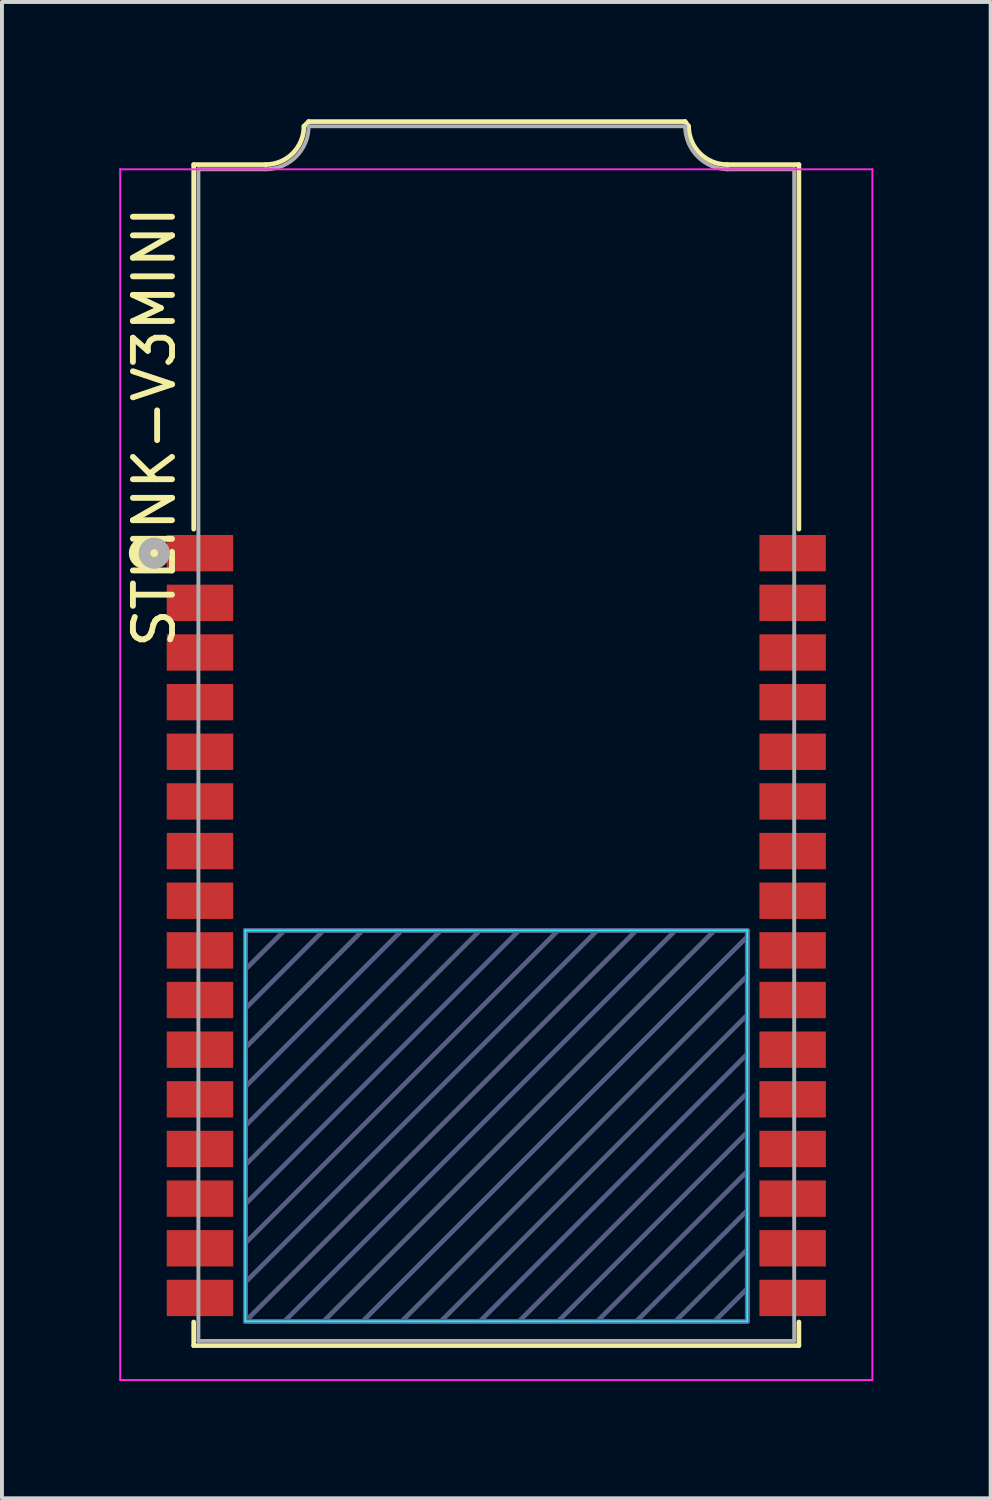
<source format=kicad_pcb>
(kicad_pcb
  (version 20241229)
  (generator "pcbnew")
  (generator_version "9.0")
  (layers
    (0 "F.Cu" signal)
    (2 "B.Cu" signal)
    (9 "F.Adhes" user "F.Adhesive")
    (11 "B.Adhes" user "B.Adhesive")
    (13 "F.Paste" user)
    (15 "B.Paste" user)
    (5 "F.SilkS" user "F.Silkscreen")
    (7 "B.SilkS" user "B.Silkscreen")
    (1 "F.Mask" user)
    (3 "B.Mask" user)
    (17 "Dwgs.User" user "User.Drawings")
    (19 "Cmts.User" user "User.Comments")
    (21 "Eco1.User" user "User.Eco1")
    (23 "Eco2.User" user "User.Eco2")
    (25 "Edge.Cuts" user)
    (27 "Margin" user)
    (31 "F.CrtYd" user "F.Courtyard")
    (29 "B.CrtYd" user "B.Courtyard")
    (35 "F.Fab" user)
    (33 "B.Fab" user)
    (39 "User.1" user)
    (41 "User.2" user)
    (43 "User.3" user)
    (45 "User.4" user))
  (footprint "STLINK-V3MINI"
    (layer "F.Cu")
    (at 9.645 20.625)
    (property "Reference" "STLINK-V3MINI" (at -8.75 -12.75 90) (layer "F.SilkS") (effects (font (size 1 1) (thickness 0.15))))
    (attr smd)
    (fp_line (start -7.74 -19.465) (end -5.9 -19.465) (stroke (width 0.12) (type solid)) (layer "F.SilkS"))
    (fp_line (start -7.74 -10.14) (end -7.74 -19.465) (stroke (width 0.12) (type solid)) (layer "F.SilkS"))
    (fp_line (start -7.74 10.745) (end -7.74 10.14) (stroke (width 0.12) (type solid)) (layer "F.SilkS"))
    (fp_line (start -7.74 10.745) (end 7.74 10.745) (stroke (width 0.12) (type solid)) (layer "F.SilkS"))
    (fp_line (start -4.8 -20.565) (end -4.92 -20.445) (stroke (width 0.12) (type solid)) (layer "F.SilkS"))
    (fp_line (start -4.8 -20.565) (end 4.83 -20.565) (stroke (width 0.12) (type solid)) (layer "F.SilkS"))
    (fp_line (start 4.92 -20.445) (end 4.83 -20.565) (stroke (width 0.12) (type solid)) (layer "F.SilkS"))
    (fp_line (start 7.74 -19.465) (end 5.9 -19.465) (stroke (width 0.12) (type solid)) (layer "F.SilkS"))
    (fp_line (start 7.74 -10.14) (end 7.74 -19.465) (stroke (width 0.12) (type solid)) (layer "F.SilkS"))
    (fp_line (start 7.74 10.745) (end 7.74 10.14) (stroke (width 0.12) (type solid)) (layer "F.SilkS"))
    (fp_arc (start -4.92 -20.445) (mid -5.207035 -19.752035) (end -5.9 -19.465) (stroke (width 0.12) (type solid)) (layer "F.SilkS"))
    (fp_arc (start 5.9 -19.465) (mid 5.207035 -19.752035) (end 4.92 -20.445) (stroke (width 0.12) (type solid)) (layer "F.SilkS"))
    (fp_circle (center -9 -9.525) (end -8.9 -9.525) (stroke (width 0.3) (type solid)) (fill no) (layer "F.SilkS"))
    (fp_line (start -6.42 10.125) (end -6.42 0.125) (stroke (width 0.05) (type solid)) (layer "B.CrtYd"))
    (fp_line (start -6.42 10.125) (end 6.42 10.125) (stroke (width 0.05) (type solid)) (layer "B.CrtYd"))
    (fp_line (start 6.42 0.125) (end -6.42 0.125) (stroke (width 0.05) (type solid)) (layer "B.CrtYd"))
    (fp_line (start 6.42 10.125) (end 6.42 0.125) (stroke (width 0.05) (type solid)) (layer "B.CrtYd"))
    (fp_line (start -9.62 -19.345) (end -9.62 11.625) (stroke (width 0.05) (type solid)) (layer "F.CrtYd"))
    (fp_line (start -9.62 -19.345) (end 9.62 -19.345) (stroke (width 0.05) (type solid)) (layer "F.CrtYd"))
    (fp_line (start -9.62 11.625) (end 9.62 11.625) (stroke (width 0.05) (type solid)) (layer "F.CrtYd"))
    (fp_line (start 9.62 -19.345) (end 9.62 11.625) (stroke (width 0.05) (type solid)) (layer "F.CrtYd"))
    (fp_line (start -6.42 1.125) (end -5.42 0.125) (stroke (width 0.12) (type solid)) (layer "B.Fab"))
    (fp_line (start -6.42 2.125) (end -4.42 0.125) (stroke (width 0.12) (type solid)) (layer "B.Fab"))
    (fp_line (start -6.42 3.125) (end -3.42 0.125) (stroke (width 0.12) (type solid)) (layer "B.Fab"))
    (fp_line (start -6.42 4.125) (end -2.42 0.125) (stroke (width 0.12) (type solid)) (layer "B.Fab"))
    (fp_line (start -6.42 5.125) (end -1.42 0.125) (stroke (width 0.12) (type solid)) (layer "B.Fab"))
    (fp_line (start -6.42 6.125) (end -0.42 0.125) (stroke (width 0.12) (type solid)) (layer "B.Fab"))
    (fp_line (start -6.42 7.125) (end 0.58 0.125) (stroke (width 0.12) (type solid)) (layer "B.Fab"))
    (fp_line (start -6.42 8.125) (end 1.58 0.125) (stroke (width 0.12) (type solid)) (layer "B.Fab"))
    (fp_line (start -6.42 9.125) (end 2.58 0.125) (stroke (width 0.12) (type solid)) (layer "B.Fab"))
    (fp_line (start -6.42 10.125) (end -6.42 0.125) (stroke (width 0.12) (type solid)) (layer "B.Fab"))
    (fp_line (start -6.42 10.125) (end 3.58 0.125) (stroke (width 0.12) (type solid)) (layer "B.Fab"))
    (fp_line (start -6.42 10.125) (end 6.42 10.125) (stroke (width 0.12) (type solid)) (layer "B.Fab"))
    (fp_line (start -5.42 10.125) (end 4.58 0.125) (stroke (width 0.12) (type solid)) (layer "B.Fab"))
    (fp_line (start -4.42 10.125) (end 5.58 0.125) (stroke (width 0.12) (type solid)) (layer "B.Fab"))
    (fp_line (start -3.42 10.125) (end 6.38 0.325) (stroke (width 0.12) (type solid)) (layer "B.Fab"))
    (fp_line (start -2.42 10.125) (end 6.38 1.325) (stroke (width 0.12) (type solid)) (layer "B.Fab"))
    (fp_line (start -1.42 10.125) (end 6.38 2.325) (stroke (width 0.12) (type solid)) (layer "B.Fab"))
    (fp_line (start -0.42 10.125) (end 6.38 3.325) (stroke (width 0.12) (type solid)) (layer "B.Fab"))
    (fp_line (start 0.58 10.125) (end 6.38 4.325) (stroke (width 0.12) (type solid)) (layer "B.Fab"))
    (fp_line (start 1.58 10.125) (end 6.38 5.325) (stroke (width 0.12) (type solid)) (layer "B.Fab"))
    (fp_line (start 2.58 10.125) (end 6.38 6.325) (stroke (width 0.12) (type solid)) (layer "B.Fab"))
    (fp_line (start 3.58 10.125) (end 6.38 7.325) (stroke (width 0.12) (type solid)) (layer "B.Fab"))
    (fp_line (start 4.58 10.125) (end 6.38 8.325) (stroke (width 0.12) (type solid)) (layer "B.Fab"))
    (fp_line (start 5.58 10.125) (end 6.38 9.325) (stroke (width 0.12) (type solid)) (layer "B.Fab"))
    (fp_line (start 6.42 0.125) (end -6.42 0.125) (stroke (width 0.12) (type solid)) (layer "B.Fab"))
    (fp_line (start 6.42 10.125) (end 6.42 0.125) (stroke (width 0.12) (type solid)) (layer "B.Fab"))
    (fp_line (start -7.62 -19.345) (end -5.9 -19.345) (stroke (width 0.1) (type solid)) (layer "F.Fab"))
    (fp_line (start -7.62 10.625) (end -7.62 -19.345) (stroke (width 0.1) (type solid)) (layer "F.Fab"))
    (fp_line (start -7.62 10.625) (end 7.62 10.625) (stroke (width 0.1) (type solid)) (layer "F.Fab"))
    (fp_line (start -6.42 10.125) (end -6.42 0.125) (stroke (width 0.12) (type solid)) (layer "F.Fab"))
    (fp_line (start -6.42 10.125) (end 6.42 10.125) (stroke (width 0.12) (type solid)) (layer "F.Fab"))
    (fp_line (start -4.8 -20.445) (end 4.83 -20.445) (stroke (width 0.1) (type solid)) (layer "F.Fab"))
    (fp_line (start 6.42 0.125) (end -6.42 0.125) (stroke (width 0.12) (type solid)) (layer "F.Fab"))
    (fp_line (start 6.42 10.125) (end 6.42 0.125) (stroke (width 0.12) (type solid)) (layer "F.Fab"))
    (fp_line (start 7.62 -19.345) (end 5.9 -19.345) (stroke (width 0.1) (type solid)) (layer "F.Fab"))
    (fp_line (start 7.62 10.625) (end 7.62 -19.345) (stroke (width 0.1) (type solid)) (layer "F.Fab"))
    (fp_arc (start -4.8 -20.445) (mid -5.122183 -19.667183) (end -5.9 -19.345) (stroke (width 0.1) (type solid)) (layer "F.Fab"))
    (fp_arc (start 5.93 -19.345) (mid 5.152183 -19.667183) (end 4.83 -20.445) (stroke (width 0.1) (type solid)) (layer "F.Fab"))
    (fp_circle (center -8.75 -9.525) (end -8.65 -9.525) (stroke (width 0.3) (type solid)) (fill no) (layer "F.Fab"))
    (pad "1" smd rect (at -7.58 -9.525) (size 1.7 0.93) (layers "F.Cu" "F.Mask" "F.Paste"))
    (pad "2" smd rect (at -7.58 -8.255) (size 1.7 0.93) (layers "F.Cu" "F.Mask" "F.Paste"))
    (pad "3" smd rect (at -7.58 -6.985) (size 1.7 0.93) (layers "F.Cu" "F.Mask" "F.Paste"))
    (pad "4" smd rect (at -7.58 -5.715) (size 1.7 0.93) (layers "F.Cu" "F.Mask" "F.Paste"))
    (pad "5" smd rect (at -7.58 -4.445) (size 1.7 0.93) (layers "F.Cu" "F.Mask" "F.Paste"))
    (pad "6" smd rect (at -7.58 -3.175) (size 1.7 0.93) (layers "F.Cu" "F.Mask" "F.Paste"))
    (pad "7" smd rect (at -7.58 -1.905) (size 1.7 0.93) (layers "F.Cu" "F.Mask" "F.Paste"))
    (pad "8" smd rect (at -7.58 -0.635) (size 1.7 0.93) (layers "F.Cu" "F.Mask" "F.Paste"))
    (pad "9" smd rect (at -7.58 0.635) (size 1.7 0.93) (layers "F.Cu" "F.Mask" "F.Paste"))
    (pad "10" smd rect (at -7.58 1.905) (size 1.7 0.93) (layers "F.Cu" "F.Mask" "F.Paste"))
    (pad "11" smd rect (at -7.58 3.175) (size 1.7 0.93) (layers "F.Cu" "F.Mask" "F.Paste"))
    (pad "12" smd rect (at -7.58 4.445) (size 1.7 0.93) (layers "F.Cu" "F.Mask" "F.Paste"))
    (pad "13" smd rect (at -7.58 5.715) (size 1.7 0.93) (layers "F.Cu" "F.Mask" "F.Paste"))
    (pad "14" smd rect (at -7.58 6.985) (size 1.7 0.93) (layers "F.Cu" "F.Mask" "F.Paste"))
    (pad "15" smd rect (at -7.58 8.255) (size 1.7 0.93) (layers "F.Cu" "F.Mask" "F.Paste"))
    (pad "16" smd rect (at -7.58 9.525) (size 1.7 0.93) (layers "F.Cu" "F.Mask" "F.Paste"))
    (pad "17" smd rect (at 7.58 9.525) (size 1.7 0.93) (layers "F.Cu" "F.Mask" "F.Paste"))
    (pad "18" smd rect (at 7.58 8.255) (size 1.7 0.93) (layers "F.Cu" "F.Mask" "F.Paste"))
    (pad "19" smd rect (at 7.58 6.985) (size 1.7 0.93) (layers "F.Cu" "F.Mask" "F.Paste"))
    (pad "20" smd rect (at 7.58 5.715) (size 1.7 0.93) (layers "F.Cu" "F.Mask" "F.Paste"))
    (pad "21" smd rect (at 7.58 4.445) (size 1.7 0.93) (layers "F.Cu" "F.Mask" "F.Paste"))
    (pad "22" smd rect (at 7.58 3.175) (size 1.7 0.93) (layers "F.Cu" "F.Mask" "F.Paste"))
    (pad "23" smd rect (at 7.58 1.905) (size 1.7 0.93) (layers "F.Cu" "F.Mask" "F.Paste"))
    (pad "24" smd rect (at 7.58 0.635) (size 1.7 0.93) (layers "F.Cu" "F.Mask" "F.Paste"))
    (pad "25" smd rect (at 7.58 -0.635) (size 1.7 0.93) (layers "F.Cu" "F.Mask" "F.Paste"))
    (pad "26" smd rect (at 7.58 -1.905) (size 1.7 0.93) (layers "F.Cu" "F.Mask" "F.Paste"))
    (pad "27" smd rect (at 7.58 -3.175) (size 1.7 0.93) (layers "F.Cu" "F.Mask" "F.Paste"))
    (pad "28" smd rect (at 7.58 -4.445) (size 1.7 0.93) (layers "F.Cu" "F.Mask" "F.Paste"))
    (pad "29" smd rect (at 7.58 -5.715) (size 1.7 0.93) (layers "F.Cu" "F.Mask" "F.Paste"))
    (pad "30" smd rect (at 7.58 -6.985) (size 1.7 0.93) (layers "F.Cu" "F.Mask" "F.Paste"))
    (pad "31" smd rect (at 7.58 -8.255) (size 1.7 0.93) (layers "F.Cu" "F.Mask" "F.Paste"))
    (pad "32" smd rect (at 7.58 -9.525) (size 1.7 0.93) (layers "F.Cu" "F.Mask" "F.Paste")))
  (gr_rect
    (start -3 -3)
    (end 22.29 35.275)
    (stroke (width 0.1) (type default))
    (fill no)
    (layer "Edge.Cuts")))
</source>
